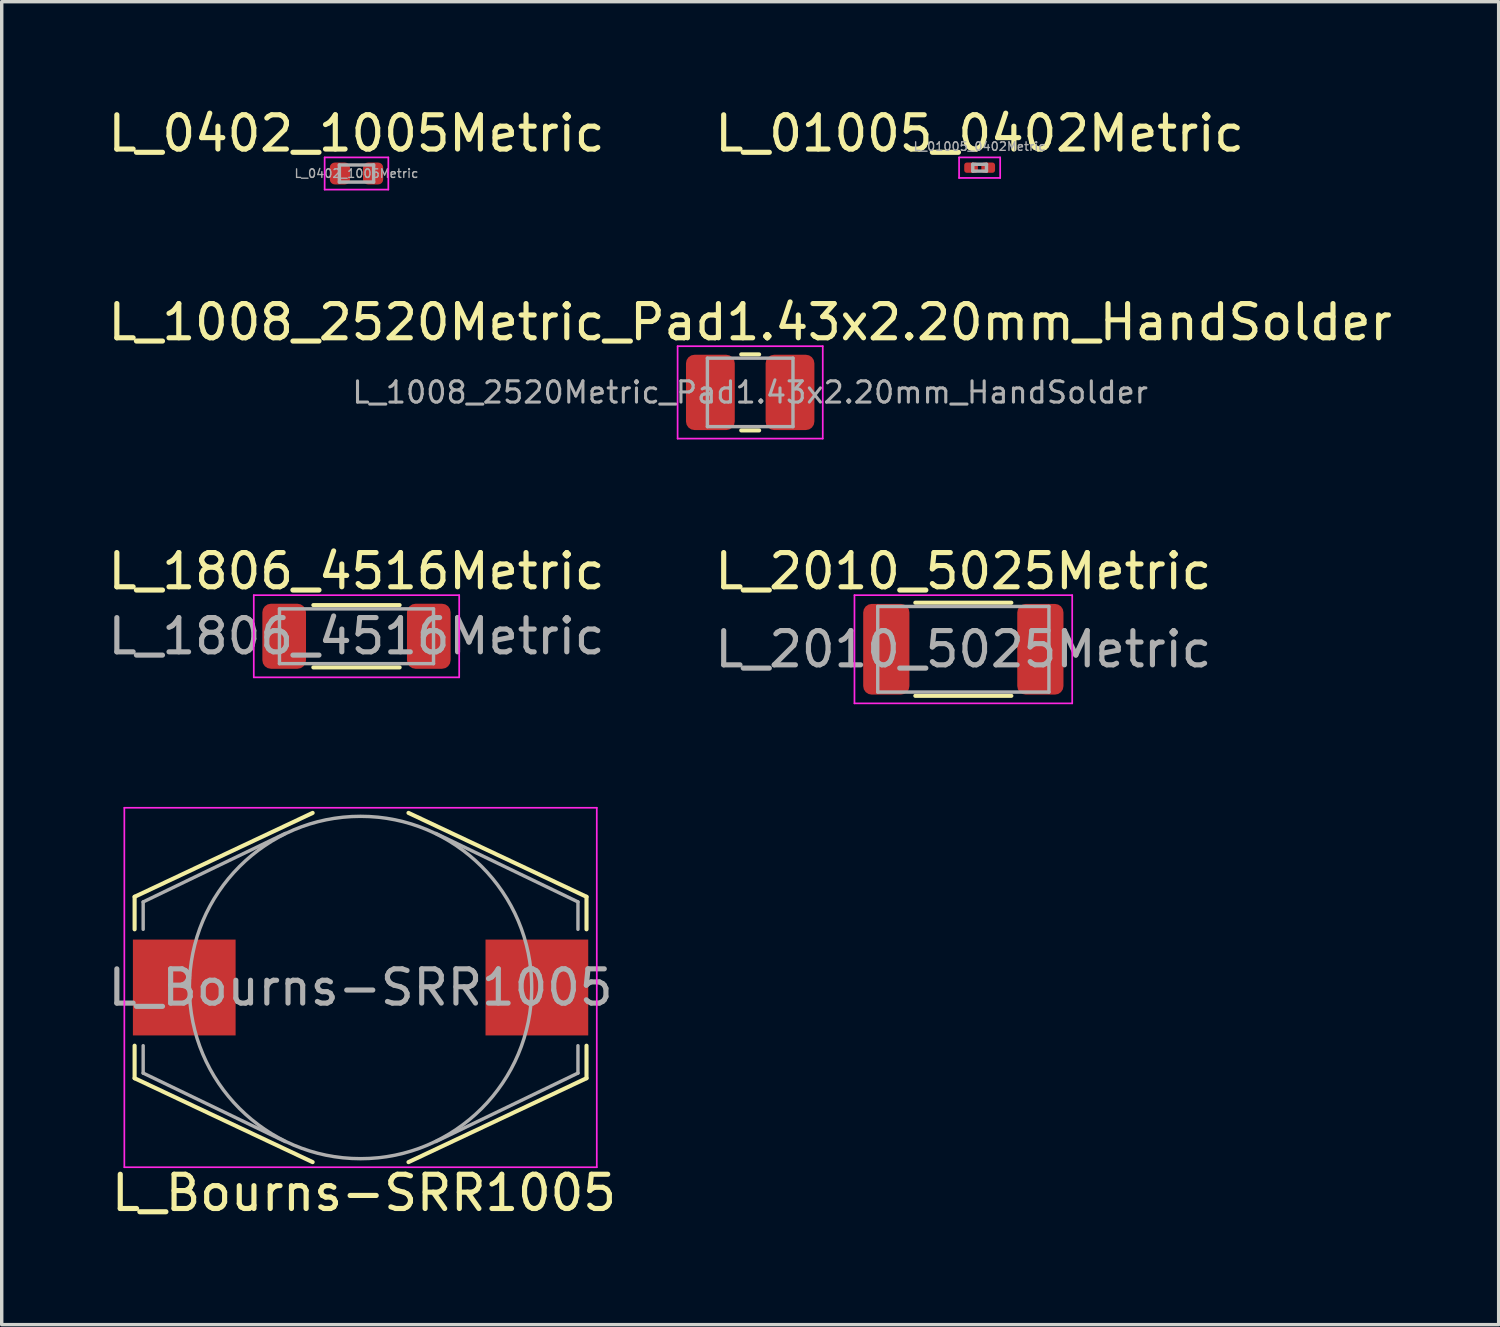
<source format=kicad_pcb>
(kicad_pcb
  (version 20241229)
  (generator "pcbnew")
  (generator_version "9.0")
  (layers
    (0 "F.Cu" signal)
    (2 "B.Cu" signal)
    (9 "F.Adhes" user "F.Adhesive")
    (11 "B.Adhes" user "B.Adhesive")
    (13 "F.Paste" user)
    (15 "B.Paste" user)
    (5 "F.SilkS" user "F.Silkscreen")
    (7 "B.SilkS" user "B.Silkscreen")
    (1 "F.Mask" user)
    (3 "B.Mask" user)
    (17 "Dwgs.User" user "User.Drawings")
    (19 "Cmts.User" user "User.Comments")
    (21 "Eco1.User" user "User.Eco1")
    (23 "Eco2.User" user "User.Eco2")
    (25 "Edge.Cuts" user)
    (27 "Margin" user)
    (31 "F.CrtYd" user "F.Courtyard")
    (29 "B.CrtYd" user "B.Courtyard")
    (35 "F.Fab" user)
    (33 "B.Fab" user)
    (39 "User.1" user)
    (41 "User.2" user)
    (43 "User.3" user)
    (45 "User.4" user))
  (footprint "L_0402_1005Metric"
    (layer "F.Cu")
    (at 7.363 2.018)
    (property "Reference" "L_0402_1005Metric" (at 0 -1.17 0) (layer "F.SilkS") (effects (font (size 1 1) (thickness 0.15))))
    (attr smd)
    (fp_line (start -0.93 -0.47) (end 0.93 -0.47) (stroke (width 0.05) (type solid)) (layer "F.CrtYd"))
    (fp_line (start -0.93 0.47) (end -0.93 -0.47) (stroke (width 0.05) (type solid)) (layer "F.CrtYd"))
    (fp_line (start 0.93 -0.47) (end 0.93 0.47) (stroke (width 0.05) (type solid)) (layer "F.CrtYd"))
    (fp_line (start 0.93 0.47) (end -0.93 0.47) (stroke (width 0.05) (type solid)) (layer "F.CrtYd"))
    (fp_line (start -0.5 -0.25) (end 0.5 -0.25) (stroke (width 0.1) (type solid)) (layer "F.Fab"))
    (fp_line (start -0.5 0.25) (end -0.5 -0.25) (stroke (width 0.1) (type solid)) (layer "F.Fab"))
    (fp_line (start 0.5 -0.25) (end 0.5 0.25) (stroke (width 0.1) (type solid)) (layer "F.Fab"))
    (fp_line (start 0.5 0.25) (end -0.5 0.25) (stroke (width 0.1) (type solid)) (layer "F.Fab"))
    (fp_text user "${REFERENCE}" (at 0 0 0) (layer "F.Fab") (effects (font (size 0.25 0.25) (thickness 0.04))))
    (pad "1" smd roundrect (at -0.485 0) (size 0.59 0.64) (layers "F.Cu" "F.Mask" "F.Paste") (roundrect_rratio 0.25))
    (pad "2" smd roundrect (at 0.485 0) (size 0.59 0.64) (layers "F.Cu" "F.Mask" "F.Paste") (roundrect_rratio 0.25)))
  (footprint "L_01005_0402Metric"
    (layer "F.Cu")
    (at 25.565 1.848)
    (property "Reference" "L_01005_0402Metric" (at 0 -1 0) (layer "F.SilkS") (effects (font (size 1 1) (thickness 0.15))))
    (attr smd)
    (fp_line (start -0.6 -0.3) (end 0.6 -0.3) (stroke (width 0.05) (type solid)) (layer "F.CrtYd"))
    (fp_line (start -0.6 0.3) (end -0.6 -0.3) (stroke (width 0.05) (type solid)) (layer "F.CrtYd"))
    (fp_line (start 0.6 -0.3) (end 0.6 0.3) (stroke (width 0.05) (type solid)) (layer "F.CrtYd"))
    (fp_line (start 0.6 0.3) (end -0.6 0.3) (stroke (width 0.05) (type solid)) (layer "F.CrtYd"))
    (fp_line (start -0.2 -0.1) (end 0.2 -0.1) (stroke (width 0.1) (type solid)) (layer "F.Fab"))
    (fp_line (start -0.2 0.1) (end -0.2 -0.1) (stroke (width 0.1) (type solid)) (layer "F.Fab"))
    (fp_line (start 0.2 -0.1) (end 0.2 0.1) (stroke (width 0.1) (type solid)) (layer "F.Fab"))
    (fp_line (start 0.2 0.1) (end -0.2 0.1) (stroke (width 0.1) (type solid)) (layer "F.Fab"))
    (fp_text user "${REFERENCE}" (at 0 -0.62 0) (layer "F.Fab") (effects (font (size 0.25 0.25) (thickness 0.04))))
    (pad "" smd roundrect (at -0.275 0) (size 0.27 0.27) (layers "F.Paste") (roundrect_rratio 0.25))
    (pad "" smd roundrect (at 0.275 0) (size 0.27 0.27) (layers "F.Paste") (roundrect_rratio 0.25))
    (pad "1" smd roundrect (at -0.25 0) (size 0.4 0.3) (layers "F.Cu" "F.Mask") (roundrect_rratio 0.25))
    (pad "2" smd roundrect (at 0.25 0) (size 0.4 0.3) (layers "F.Cu" "F.Mask") (roundrect_rratio 0.25)))
  (footprint "L_1806_4516Metric"
    (layer "F.Cu")
    (at 7.363 15.535)
    (property "Reference" "L_1806_4516Metric" (at 0 -1.9 0) (layer "F.SilkS") (effects (font (size 1 1) (thickness 0.15))))
    (attr smd)
    (fp_line (start -1.26 -0.91) (end 1.26 -0.91) (stroke (width 0.12) (type solid)) (layer "F.SilkS"))
    (fp_line (start -1.26 0.91) (end 1.26 0.91) (stroke (width 0.12) (type solid)) (layer "F.SilkS"))
    (fp_line (start -3 -1.2) (end 3 -1.2) (stroke (width 0.05) (type solid)) (layer "F.CrtYd"))
    (fp_line (start -3 1.2) (end -3 -1.2) (stroke (width 0.05) (type solid)) (layer "F.CrtYd"))
    (fp_line (start 3 -1.2) (end 3 1.2) (stroke (width 0.05) (type solid)) (layer "F.CrtYd"))
    (fp_line (start 3 1.2) (end -3 1.2) (stroke (width 0.05) (type solid)) (layer "F.CrtYd"))
    (fp_line (start -2.25 -0.8) (end 2.25 -0.8) (stroke (width 0.1) (type solid)) (layer "F.Fab"))
    (fp_line (start -2.25 0.8) (end -2.25 -0.8) (stroke (width 0.1) (type solid)) (layer "F.Fab"))
    (fp_line (start 2.25 -0.8) (end 2.25 0.8) (stroke (width 0.1) (type solid)) (layer "F.Fab"))
    (fp_line (start 2.25 0.8) (end -2.25 0.8) (stroke (width 0.1) (type solid)) (layer "F.Fab"))
    (fp_text user "${REFERENCE}" (at 0 0 0) (layer "F.Fab") (effects (font (size 1 1) (thickness 0.15))))
    (pad "1" smd roundrect (at -2.112 0) (size 1.275 1.9) (layers "F.Cu" "F.Mask" "F.Paste") (roundrect_rratio 0.196))
    (pad "2" smd roundrect (at 2.112 0) (size 1.275 1.9) (layers "F.Cu" "F.Mask" "F.Paste") (roundrect_rratio 0.196)))
  (footprint "L_2010_5025Metric"
    (layer "F.Cu")
    (at 25.089 15.915)
    (property "Reference" "L_2010_5025Metric" (at 0 -2.28 0) (layer "F.SilkS") (effects (font (size 1 1) (thickness 0.15))))
    (attr smd)
    (fp_line (start -1.402 -1.36) (end 1.402 -1.36) (stroke (width 0.12) (type solid)) (layer "F.SilkS"))
    (fp_line (start -1.402 1.36) (end 1.402 1.36) (stroke (width 0.12) (type solid)) (layer "F.SilkS"))
    (fp_line (start -3.18 -1.58) (end 3.18 -1.58) (stroke (width 0.05) (type solid)) (layer "F.CrtYd"))
    (fp_line (start -3.18 1.58) (end -3.18 -1.58) (stroke (width 0.05) (type solid)) (layer "F.CrtYd"))
    (fp_line (start 3.18 -1.58) (end 3.18 1.58) (stroke (width 0.05) (type solid)) (layer "F.CrtYd"))
    (fp_line (start 3.18 1.58) (end -3.18 1.58) (stroke (width 0.05) (type solid)) (layer "F.CrtYd"))
    (fp_line (start -2.5 -1.25) (end 2.5 -1.25) (stroke (width 0.1) (type solid)) (layer "F.Fab"))
    (fp_line (start -2.5 1.25) (end -2.5 -1.25) (stroke (width 0.1) (type solid)) (layer "F.Fab"))
    (fp_line (start 2.5 -1.25) (end 2.5 1.25) (stroke (width 0.1) (type solid)) (layer "F.Fab"))
    (fp_line (start 2.5 1.25) (end -2.5 1.25) (stroke (width 0.1) (type solid)) (layer "F.Fab"))
    (fp_text user "${REFERENCE}" (at 0 0 0) (layer "F.Fab") (effects (font (size 1 1) (thickness 0.15))))
    (pad "1" smd roundrect (at -2.25 0) (size 1.35 2.65) (layers "F.Cu" "F.Mask" "F.Paste") (roundrect_rratio 0.185))
    (pad "2" smd roundrect (at 2.25 0) (size 1.35 2.65) (layers "F.Cu" "F.Mask" "F.Paste") (roundrect_rratio 0.185)))
  (footprint "L_Bourns-SRR1005"
    (layer "F.Cu")
    (at 7.482 25.795)
    (property "Reference" "L_Bourns-SRR1005" (at 0.1 6 0) (layer "F.SilkS") (effects (font (size 1 1) (thickness 0.15))))
    (attr smd)
    (fp_line (start -6.6 -2.65) (end -6.6 -1.7) (stroke (width 0.12) (type solid)) (layer "F.SilkS"))
    (fp_line (start -6.6 -2.65) (end -1.4 -5.1) (stroke (width 0.12) (type solid)) (layer "F.SilkS"))
    (fp_line (start -6.6 2.65) (end -6.6 1.7) (stroke (width 0.12) (type solid)) (layer "F.SilkS"))
    (fp_line (start -6.6 2.65) (end -1.4 5.1) (stroke (width 0.12) (type solid)) (layer "F.SilkS"))
    (fp_line (start 6.6 -2.65) (end 1.4 -5.1) (stroke (width 0.12) (type solid)) (layer "F.SilkS"))
    (fp_line (start 6.6 -2.65) (end 6.6 -1.7) (stroke (width 0.12) (type solid)) (layer "F.SilkS"))
    (fp_line (start 6.6 2.65) (end 1.4 5.1) (stroke (width 0.12) (type solid)) (layer "F.SilkS"))
    (fp_line (start 6.6 2.65) (end 6.6 1.7) (stroke (width 0.12) (type solid)) (layer "F.SilkS"))
    (fp_line (start -6.9 -5.25) (end -6.9 5.25) (stroke (width 0.05) (type solid)) (layer "F.CrtYd"))
    (fp_line (start -6.9 -5.25) (end 6.9 -5.25) (stroke (width 0.05) (type solid)) (layer "F.CrtYd"))
    (fp_line (start -6.9 5.25) (end 6.9 5.25) (stroke (width 0.05) (type solid)) (layer "F.CrtYd"))
    (fp_line (start 6.9 -5.25) (end 6.9 5.25) (stroke (width 0.05) (type solid)) (layer "F.CrtYd"))
    (fp_line (start -6.35 -2.5) (end -2.2 -4.5) (stroke (width 0.1) (type solid)) (layer "F.Fab"))
    (fp_line (start -6.35 -1.7) (end -6.35 -2.5) (stroke (width 0.1) (type solid)) (layer "F.Fab"))
    (fp_line (start -6.35 2.5) (end -6.35 1.7) (stroke (width 0.1) (type solid)) (layer "F.Fab"))
    (fp_line (start -6.35 2.5) (end -2.2 4.5) (stroke (width 0.1) (type solid)) (layer "F.Fab"))
    (fp_line (start 6.35 -2.5) (end 2.2 -4.5) (stroke (width 0.1) (type solid)) (layer "F.Fab"))
    (fp_line (start 6.35 -1.7) (end 6.35 -2.5) (stroke (width 0.1) (type solid)) (layer "F.Fab"))
    (fp_line (start 6.35 2.5) (end 2.2 4.5) (stroke (width 0.1) (type solid)) (layer "F.Fab"))
    (fp_line (start 6.35 2.5) (end 6.35 1.7) (stroke (width 0.1) (type solid)) (layer "F.Fab"))
    (fp_circle (center 0 0) (end 0 -5) (stroke (width 0.1) (type solid)) (fill no) (layer "F.Fab"))
    (fp_text user "${REFERENCE}" (at 0 0 0) (layer "F.Fab") (effects (font (size 1 1) (thickness 0.15))))
    (pad "1" smd rect (at -5.15 0) (size 3 2.8) (layers "F.Cu" "F.Mask" "F.Paste"))
    (pad "2" smd rect (at 5.15 0) (size 3 2.8) (layers "F.Cu" "F.Mask" "F.Paste")))
  (footprint "L_1008_2520Metric_Pad1.43x2.20mm_HandSolder"
    (layer "F.Cu")
    (at 18.863 8.412)
    (property "Reference" "L_1008_2520Metric_Pad1.43x2.20mm_HandSolder" (at 0 -2.05 0) (layer "F.SilkS") (effects (font (size 1 1) (thickness 0.15))))
    (attr smd)
    (fp_line (start -0.261 -1.11) (end 0.261 -1.11) (stroke (width 0.12) (type solid)) (layer "F.SilkS"))
    (fp_line (start -0.261 1.11) (end 0.261 1.11) (stroke (width 0.12) (type solid)) (layer "F.SilkS"))
    (fp_line (start -2.12 -1.35) (end 2.12 -1.35) (stroke (width 0.05) (type solid)) (layer "F.CrtYd"))
    (fp_line (start -2.12 1.35) (end -2.12 -1.35) (stroke (width 0.05) (type solid)) (layer "F.CrtYd"))
    (fp_line (start 2.12 -1.35) (end 2.12 1.35) (stroke (width 0.05) (type solid)) (layer "F.CrtYd"))
    (fp_line (start 2.12 1.35) (end -2.12 1.35) (stroke (width 0.05) (type solid)) (layer "F.CrtYd"))
    (fp_line (start -1.25 -1) (end 1.25 -1) (stroke (width 0.1) (type solid)) (layer "F.Fab"))
    (fp_line (start -1.25 1) (end -1.25 -1) (stroke (width 0.1) (type solid)) (layer "F.Fab"))
    (fp_line (start 1.25 -1) (end 1.25 1) (stroke (width 0.1) (type solid)) (layer "F.Fab"))
    (fp_line (start 1.25 1) (end -1.25 1) (stroke (width 0.1) (type solid)) (layer "F.Fab"))
    (fp_text user "${REFERENCE}" (at 0 0 0) (layer "F.Fab") (effects (font (size 0.62 0.62) (thickness 0.09))))
    (pad "1" smd roundrect (at -1.163 0) (size 1.425 2.2) (layers "F.Cu" "F.Mask" "F.Paste") (roundrect_rratio 0.175))
    (pad "2" smd roundrect (at 1.163 0) (size 1.425 2.2) (layers "F.Cu" "F.Mask" "F.Paste") (roundrect_rratio 0.175)))
  (gr_rect
    (start -3 -3)
    (end 40.726 35.643)
    (stroke (width 0.1) (type default))
    (fill no)
    (layer "Edge.Cuts")))
</source>
